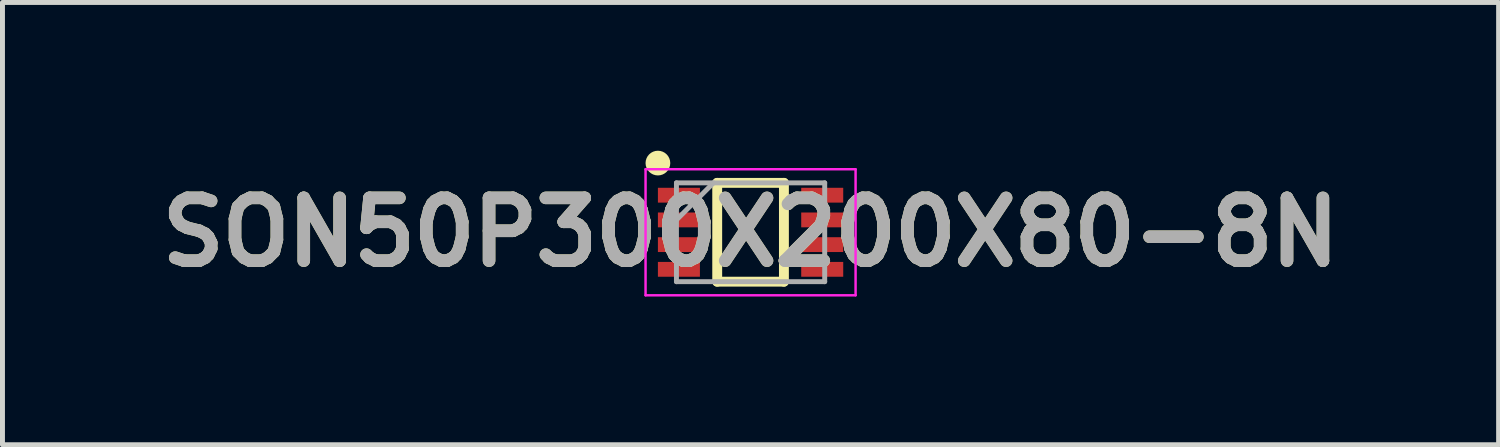
<source format=kicad_pcb>
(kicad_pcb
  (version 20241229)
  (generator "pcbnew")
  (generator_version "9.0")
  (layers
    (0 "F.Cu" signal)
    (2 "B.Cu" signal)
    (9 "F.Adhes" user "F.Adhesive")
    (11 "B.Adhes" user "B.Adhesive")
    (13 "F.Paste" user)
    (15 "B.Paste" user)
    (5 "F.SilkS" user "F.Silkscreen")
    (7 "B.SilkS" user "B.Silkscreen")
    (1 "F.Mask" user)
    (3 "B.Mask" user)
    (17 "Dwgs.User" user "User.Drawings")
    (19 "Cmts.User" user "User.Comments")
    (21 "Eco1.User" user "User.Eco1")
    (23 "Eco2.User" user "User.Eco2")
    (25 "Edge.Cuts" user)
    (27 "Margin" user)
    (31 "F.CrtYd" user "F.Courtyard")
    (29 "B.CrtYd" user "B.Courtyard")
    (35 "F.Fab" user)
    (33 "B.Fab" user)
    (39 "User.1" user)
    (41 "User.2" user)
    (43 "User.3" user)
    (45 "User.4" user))
  (footprint "SON50P300X200X80-8N"
    (layer "F.Cu")
    (at 12.138 1.65)
    (property "Reference" "SON50P300X200X80-8N" (at 0 0 0) (layer "F.SilkS") (effects (font (size 1.27 1.27) (thickness 0.254))))
    (attr smd)
    (fp_line (start -0.675 -1) (end 0.675 -1) (stroke (width 0.2) (type solid)) (layer "F.SilkS"))
    (fp_line (start -0.675 1) (end -0.675 -1) (stroke (width 0.2) (type solid)) (layer "F.SilkS"))
    (fp_line (start 0.675 -1) (end 0.675 1) (stroke (width 0.2) (type solid)) (layer "F.SilkS"))
    (fp_line (start 0.675 1) (end -0.675 1) (stroke (width 0.2) (type solid)) (layer "F.SilkS"))
    (fp_circle (center -1.875 -1.4) (end -1.875 -1.275) (stroke (width 0.25) (type solid)) (fill no) (layer "F.SilkS"))
    (fp_line (start -2.125 -1.275) (end 2.125 -1.275) (stroke (width 0.05) (type solid)) (layer "F.CrtYd"))
    (fp_line (start -2.125 1.275) (end -2.125 -1.275) (stroke (width 0.05) (type solid)) (layer "F.CrtYd"))
    (fp_line (start 2.125 -1.275) (end 2.125 1.275) (stroke (width 0.05) (type solid)) (layer "F.CrtYd"))
    (fp_line (start 2.125 1.275) (end -2.125 1.275) (stroke (width 0.05) (type solid)) (layer "F.CrtYd"))
    (fp_line (start -1.5 -1) (end 1.5 -1) (stroke (width 0.1) (type solid)) (layer "F.Fab"))
    (fp_line (start -1.5 -0.25) (end -0.75 -1) (stroke (width 0.1) (type solid)) (layer "F.Fab"))
    (fp_line (start -1.5 1) (end -1.5 -1) (stroke (width 0.1) (type solid)) (layer "F.Fab"))
    (fp_line (start 1.5 -1) (end 1.5 1) (stroke (width 0.1) (type solid)) (layer "F.Fab"))
    (fp_line (start 1.5 1) (end -1.5 1) (stroke (width 0.1) (type solid)) (layer "F.Fab"))
    (fp_text user "${REFERENCE}" (at 0 0 0) (layer "F.Fab") (effects (font (size 1.27 1.27) (thickness 0.254))))
    (pad "1" smd rect (at -1.45 -0.75 90) (size 0.3 0.85) (layers "F.Cu" "F.Mask" "F.Paste"))
    (pad "2" smd rect (at -1.45 -0.25 90) (size 0.3 0.85) (layers "F.Cu" "F.Mask" "F.Paste"))
    (pad "3" smd rect (at -1.45 0.25 90) (size 0.3 0.85) (layers "F.Cu" "F.Mask" "F.Paste"))
    (pad "4" smd rect (at -1.45 0.75 90) (size 0.3 0.85) (layers "F.Cu" "F.Mask" "F.Paste"))
    (pad "5" smd rect (at 1.45 0.75 90) (size 0.3 0.85) (layers "F.Cu" "F.Mask" "F.Paste"))
    (pad "6" smd rect (at 1.45 0.25 90) (size 0.3 0.85) (layers "F.Cu" "F.Mask" "F.Paste"))
    (pad "7" smd rect (at 1.45 -0.25 90) (size 0.3 0.85) (layers "F.Cu" "F.Mask" "F.Paste"))
    (pad "8" smd rect (at 1.45 -0.75 90) (size 0.3 0.85) (layers "F.Cu" "F.Mask" "F.Paste")))
  (gr_rect
    (start -3 -3)
    (end 27.275 5.95)
    (stroke (width 0.1) (type default))
    (fill no)
    (layer "Edge.Cuts")))
</source>
